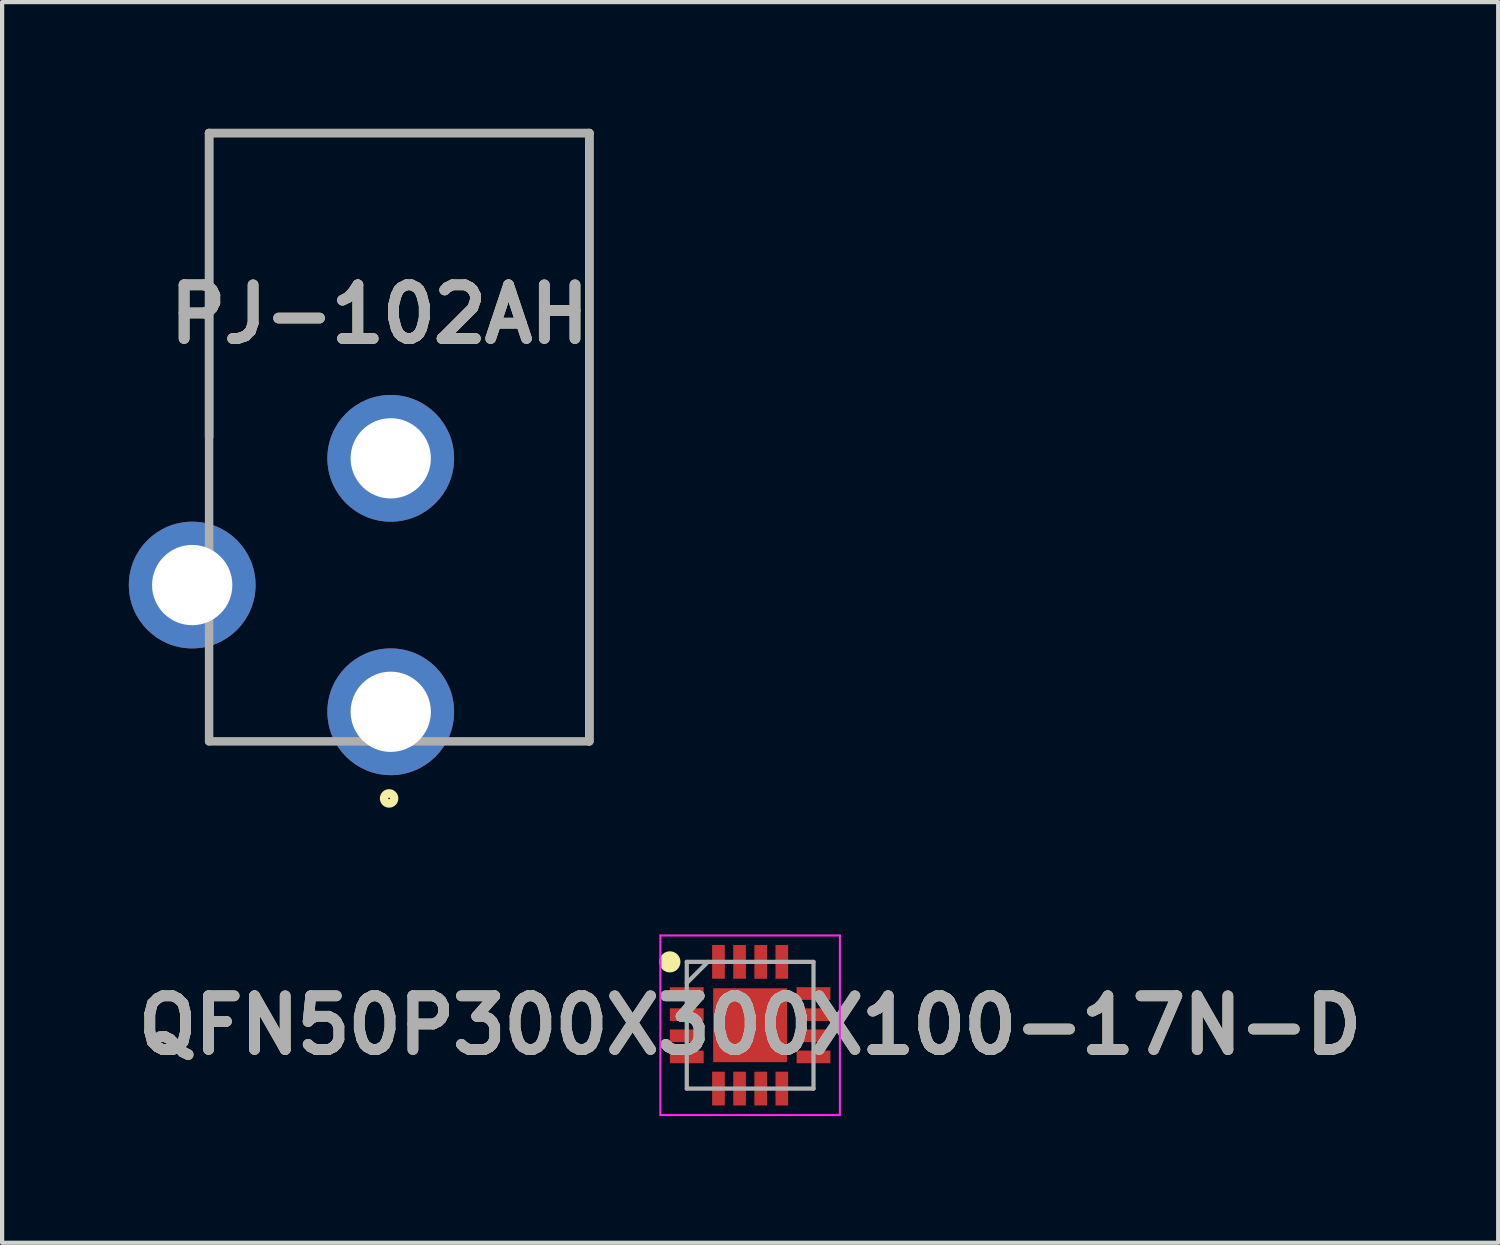
<source format=kicad_pcb>
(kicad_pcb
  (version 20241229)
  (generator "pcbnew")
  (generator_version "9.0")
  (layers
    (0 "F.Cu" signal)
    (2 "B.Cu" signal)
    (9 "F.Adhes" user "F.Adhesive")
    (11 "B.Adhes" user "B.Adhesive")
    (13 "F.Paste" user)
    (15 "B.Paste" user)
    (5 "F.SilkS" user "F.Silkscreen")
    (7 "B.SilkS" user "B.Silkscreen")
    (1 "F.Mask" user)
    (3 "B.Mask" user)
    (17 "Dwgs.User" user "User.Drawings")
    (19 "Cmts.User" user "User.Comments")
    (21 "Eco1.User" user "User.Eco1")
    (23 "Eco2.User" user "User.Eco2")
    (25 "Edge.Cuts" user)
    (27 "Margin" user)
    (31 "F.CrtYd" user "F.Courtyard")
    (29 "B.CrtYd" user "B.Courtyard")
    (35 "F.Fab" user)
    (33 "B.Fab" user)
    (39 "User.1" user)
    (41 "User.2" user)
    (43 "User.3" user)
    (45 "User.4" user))
  (footprint "PJ-102AH"
    (layer "F.Cu")
    (at 1.9 10.8)
    (property "Reference" "PJ-102AH" (at 4.035 -6.411 0) (layer "F.SilkS") (effects (font (size 1.27 1.27) (thickness 0.254))))
    (attr through_hole)
    (fp_line (start 0 -10.7) (end 0 -3.5) (stroke (width 0.2) (type solid)) (layer "F.SilkS"))
    (fp_line (start 9 -10.7) (end 0 -10.7) (stroke (width 0.2) (type solid)) (layer "F.SilkS"))
    (fp_line (start 9 3.7) (end 9 -10.7) (stroke (width 0.2) (type solid)) (layer "F.SilkS"))
    (fp_circle (center 4.261 5.051) (end 4.261 5.17) (stroke (width 0.2) (type solid)) (fill no) (layer "F.SilkS"))
    (fp_line (start 0 -10.7) (end 0 3.7) (stroke (width 0.2) (type solid)) (layer "F.Fab"))
    (fp_line (start 0 3.7) (end 9 3.7) (stroke (width 0.2) (type solid)) (layer "F.Fab"))
    (fp_line (start 9 -10.7) (end 0 -10.7) (stroke (width 0.2) (type solid)) (layer "F.Fab"))
    (fp_line (start 9 3.7) (end 9 -10.7) (stroke (width 0.2) (type solid)) (layer "F.Fab"))
    (fp_text user "${REFERENCE}" (at 4.035 -6.411 0) (layer "F.Fab") (effects (font (size 1.27 1.27) (thickness 0.254))))
    (pad "1" thru_hole circle (at 4.3 3) (size 3 3) (drill 1.9) (layers "*.Cu" "*.Mask"))
    (pad "2" thru_hole circle (at 4.3 -3) (size 3 3) (drill 1.9) (layers "*.Cu" "*.Mask"))
    (pad "3" thru_hole circle (at -0.4 0) (size 3 3) (drill 1.9) (layers "*.Cu" "*.Mask")))
  (footprint "QFN50P300X300X100-17N-D"
    (layer "F.Cu")
    (at 14.708 21.22)
    (property "Reference" "QFN50P300X300X100-17N-D" (at 0 0 0) (layer "F.SilkS") (effects (font (size 1.27 1.27) (thickness 0.254))))
    (attr smd)
    (fp_circle (center -1.9 -1.5) (end -1.9 -1.375) (stroke (width 0.25) (type solid)) (fill no) (layer "F.SilkS"))
    (fp_line (start -2.125 -2.125) (end 2.125 -2.125) (stroke (width 0.05) (type solid)) (layer "F.CrtYd"))
    (fp_line (start -2.125 2.125) (end -2.125 -2.125) (stroke (width 0.05) (type solid)) (layer "F.CrtYd"))
    (fp_line (start 2.125 -2.125) (end 2.125 2.125) (stroke (width 0.05) (type solid)) (layer "F.CrtYd"))
    (fp_line (start 2.125 2.125) (end -2.125 2.125) (stroke (width 0.05) (type solid)) (layer "F.CrtYd"))
    (fp_line (start -1.5 -1.5) (end 1.5 -1.5) (stroke (width 0.1) (type solid)) (layer "F.Fab"))
    (fp_line (start -1.5 -1) (end -1 -1.5) (stroke (width 0.1) (type solid)) (layer "F.Fab"))
    (fp_line (start -1.5 1.5) (end -1.5 -1.5) (stroke (width 0.1) (type solid)) (layer "F.Fab"))
    (fp_line (start 1.5 -1.5) (end 1.5 1.5) (stroke (width 0.1) (type solid)) (layer "F.Fab"))
    (fp_line (start 1.5 1.5) (end -1.5 1.5) (stroke (width 0.1) (type solid)) (layer "F.Fab"))
    (fp_text user "${REFERENCE}" (at 0 0 0) (layer "F.Fab") (effects (font (size 1.27 1.27) (thickness 0.254))))
    (pad "1" smd rect (at -1.5 -0.75 90) (size 0.3 0.8) (layers "F.Cu" "F.Mask" "F.Paste"))
    (pad "2" smd rect (at -1.5 -0.25 90) (size 0.3 0.8) (layers "F.Cu" "F.Mask" "F.Paste"))
    (pad "3" smd rect (at -1.5 0.25 90) (size 0.3 0.8) (layers "F.Cu" "F.Mask" "F.Paste"))
    (pad "4" smd rect (at -1.5 0.75 90) (size 0.3 0.8) (layers "F.Cu" "F.Mask" "F.Paste"))
    (pad "5" smd rect (at -0.75 1.5) (size 0.3 0.8) (layers "F.Cu" "F.Mask" "F.Paste"))
    (pad "6" smd rect (at -0.25 1.5) (size 0.3 0.8) (layers "F.Cu" "F.Mask" "F.Paste"))
    (pad "7" smd rect (at 0.25 1.5) (size 0.3 0.8) (layers "F.Cu" "F.Mask" "F.Paste"))
    (pad "8" smd rect (at 0.75 1.5) (size 0.3 0.8) (layers "F.Cu" "F.Mask" "F.Paste"))
    (pad "9" smd rect (at 1.5 0.75 90) (size 0.3 0.8) (layers "F.Cu" "F.Mask" "F.Paste"))
    (pad "10" smd rect (at 1.5 0.25 90) (size 0.3 0.8) (layers "F.Cu" "F.Mask" "F.Paste"))
    (pad "11" smd rect (at 1.5 -0.25 90) (size 0.3 0.8) (layers "F.Cu" "F.Mask" "F.Paste"))
    (pad "12" smd rect (at 1.5 -0.75 90) (size 0.3 0.8) (layers "F.Cu" "F.Mask" "F.Paste"))
    (pad "13" smd rect (at 0.75 -1.5) (size 0.3 0.8) (layers "F.Cu" "F.Mask" "F.Paste"))
    (pad "14" smd rect (at 0.25 -1.5) (size 0.3 0.8) (layers "F.Cu" "F.Mask" "F.Paste"))
    (pad "15" smd rect (at -0.25 -1.5) (size 0.3 0.8) (layers "F.Cu" "F.Mask" "F.Paste"))
    (pad "16" smd rect (at -0.75 -1.5) (size 0.3 0.8) (layers "F.Cu" "F.Mask" "F.Paste"))
    (pad "17" smd rect (at 0 0) (size 1.75 1.75) (layers "F.Cu" "F.Mask" "F.Paste")))
  (gr_rect
    (start -3 -3)
    (end 32.416 26.37)
    (stroke (width 0.1) (type default))
    (fill no)
    (layer "Edge.Cuts")))
</source>
